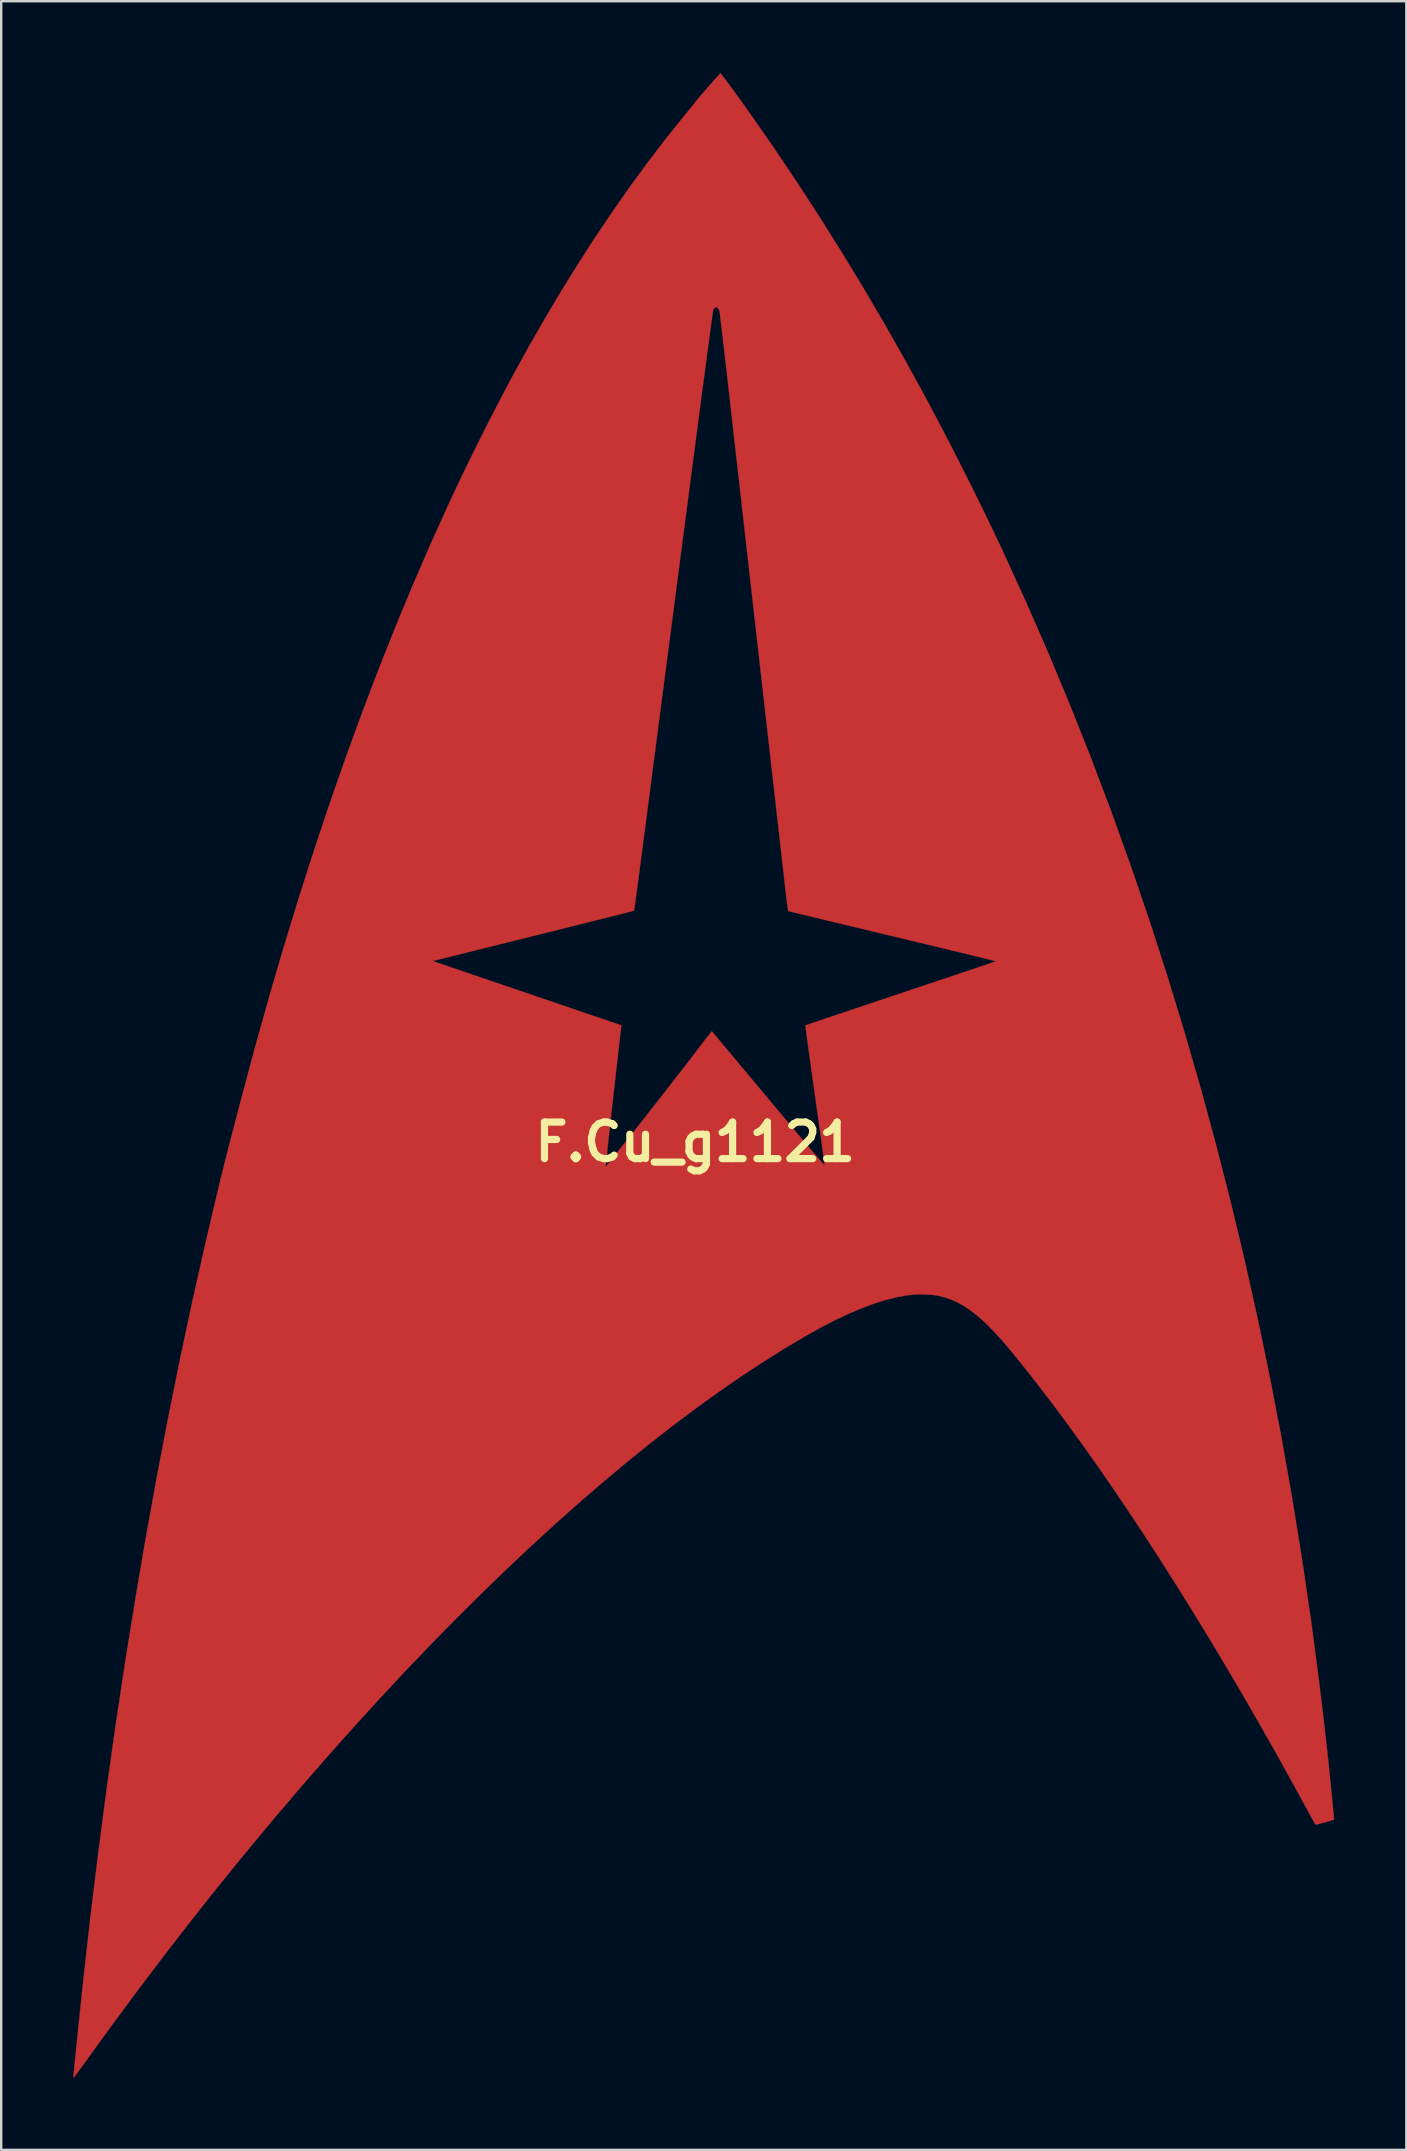
<source format=kicad_pcb>
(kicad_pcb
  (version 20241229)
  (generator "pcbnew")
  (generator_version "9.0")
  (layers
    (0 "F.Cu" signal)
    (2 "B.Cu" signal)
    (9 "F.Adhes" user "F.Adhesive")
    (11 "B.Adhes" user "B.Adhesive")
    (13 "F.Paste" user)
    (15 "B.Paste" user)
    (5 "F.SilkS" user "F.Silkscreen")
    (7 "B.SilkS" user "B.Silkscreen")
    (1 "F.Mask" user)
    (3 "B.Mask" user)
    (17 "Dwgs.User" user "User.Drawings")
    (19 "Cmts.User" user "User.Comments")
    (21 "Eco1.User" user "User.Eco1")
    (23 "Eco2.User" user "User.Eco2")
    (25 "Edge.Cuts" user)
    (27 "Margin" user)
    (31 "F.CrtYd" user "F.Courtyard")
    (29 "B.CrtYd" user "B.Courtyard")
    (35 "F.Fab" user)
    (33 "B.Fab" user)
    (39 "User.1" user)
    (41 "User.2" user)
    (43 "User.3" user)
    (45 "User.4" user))
  (footprint "F.Cu_g1121"
    (layer "F.Cu")
    (at 25.913 44.535)
    (property "Reference" "F.Cu_g1121" (at 0 0 0) (layer "F.SilkS") (effects (font (size 1.524 1.524) (thickness 0.3))))
    (attr through_hole)
    (fp_poly (pts (xy 1.072 -44.515) (xy 1.11 -44.468) (xy 1.168 -44.392) (xy 1.245 -44.291) (xy 1.337 -44.167) (xy 1.443 -44.023) (xy 1.561 -43.862) (xy 1.688 -43.688) (xy 1.822 -43.502) (xy 1.961 -43.309) (xy 2.104 -43.11) (xy 2.247 -42.909) (xy 2.332 -42.788) (xy 3.287 -41.417) (xy 4.233 -40.008) (xy 5.17 -38.567) (xy 6.092 -37.099) (xy 6.998 -35.609) (xy 7.883 -34.102) (xy 8.746 -32.583) (xy 9.582 -31.057) (xy 9.71 -30.819) (xy 10.147 -29.994) (xy 10.588 -29.147) (xy 11.028 -28.287) (xy 11.463 -27.423) (xy 11.888 -26.563) (xy 12.299 -25.718) (xy 12.691 -24.895) (xy 12.811 -24.638) (xy 13.782 -22.514) (xy 14.722 -20.362) (xy 15.629 -18.183) (xy 16.504 -15.978) (xy 17.347 -13.748) (xy 18.157 -11.492) (xy 18.935 -9.212) (xy 19.679 -6.908) (xy 20.39 -4.581) (xy 21.069 -2.231) (xy 21.713 0.142) (xy 22.325 2.536) (xy 22.902 4.95) (xy 23.446 7.386) (xy 23.955 9.841) (xy 24.431 12.316) (xy 24.871 14.809) (xy 25.278 17.32) (xy 25.65 19.849) (xy 25.987 22.395) (xy 26.023 22.691) (xy 26.121 23.498) (xy 26.215 24.302) (xy 26.305 25.096) (xy 26.389 25.872) (xy 26.466 26.624) (xy 26.537 27.343) (xy 26.553 27.506) (xy 26.567 27.661) (xy 26.581 27.806) (xy 26.594 27.934) (xy 26.604 28.039) (xy 26.612 28.114) (xy 26.617 28.152) (xy 26.627 28.227) (xy 26.245 28.341) (xy 26.113 28.379) (xy 26.002 28.408) (xy 25.917 28.428) (xy 25.863 28.437) (xy 25.845 28.435) (xy 25.831 28.413) (xy 25.8 28.357) (xy 25.753 28.274) (xy 25.693 28.167) (xy 25.624 28.04) (xy 25.547 27.899) (xy 25.495 27.802) (xy 24.825 26.577) (xy 24.152 25.368) (xy 23.476 24.175) (xy 22.798 23.001) (xy 22.119 21.846) (xy 21.44 20.713) (xy 20.761 19.601) (xy 20.085 18.514) (xy 19.411 17.452) (xy 18.741 16.417) (xy 18.075 15.41) (xy 17.415 14.432) (xy 16.761 13.485) (xy 16.114 12.571) (xy 15.475 11.69) (xy 14.846 10.845) (xy 14.226 10.036) (xy 13.617 9.265) (xy 13.158 8.7) (xy 12.843 8.328) (xy 12.543 7.993) (xy 12.256 7.694) (xy 11.979 7.429) (xy 11.71 7.198) (xy 11.448 6.997) (xy 11.19 6.826) (xy 10.934 6.683) (xy 10.678 6.567) (xy 10.421 6.477) (xy 10.159 6.409) (xy 10.055 6.389) (xy 9.84 6.361) (xy 9.597 6.346) (xy 9.339 6.345) (xy 9.08 6.358) (xy 8.83 6.385) (xy 8.795 6.39) (xy 8.366 6.47) (xy 7.914 6.585) (xy 7.438 6.736) (xy 6.939 6.922) (xy 6.417 7.143) (xy 5.871 7.4) (xy 5.302 7.691) (xy 4.709 8.018) (xy 4.65 8.053) (xy 3.749 8.586) (xy 2.834 9.158) (xy 1.906 9.769) (xy 0.966 10.418) (xy 0.014 11.105) (xy -0.949 11.829) (xy -1.923 12.589) (xy -2.906 13.386) (xy -3.899 14.217) (xy -4.901 15.084) (xy -5.911 15.984) (xy -6.929 16.919) (xy -7.953 17.886) (xy -8.983 18.886) (xy -10.02 19.918) (xy -11.061 20.981) (xy -12.107 22.075) (xy -13.156 23.2) (xy -14.209 24.354) (xy -15.264 25.537) (xy -16.322 26.749) (xy -17.38 27.989) (xy -17.962 28.681) (xy -19.018 29.959) (xy -20.06 31.248) (xy -21.092 32.554) (xy -22.119 33.881) (xy -23.144 35.234) (xy -24.172 36.619) (xy -25.103 37.899) (xy -25.264 38.122) (xy -25.402 38.314) (xy -25.519 38.475) (xy -25.616 38.61) (xy -25.696 38.719) (xy -25.76 38.806) (xy -25.81 38.873) (xy -25.847 38.922) (xy -25.874 38.955) (xy -25.891 38.975) (xy -25.902 38.984) (xy -25.907 38.985) (xy -25.908 38.98) (xy -25.908 38.979) (xy -25.906 38.951) (xy -25.9 38.884) (xy -25.89 38.782) (xy -25.877 38.648) (xy -25.86 38.485) (xy -25.842 38.297) (xy -25.82 38.088) (xy -25.797 37.86) (xy -25.773 37.618) (xy -25.747 37.364) (xy -25.72 37.102) (xy -25.692 36.835) (xy -25.665 36.568) (xy -25.637 36.302) (xy -25.61 36.042) (xy -25.584 35.791) (xy -25.56 35.553) (xy -25.536 35.33) (xy -25.515 35.126) (xy -25.496 34.945) (xy -25.479 34.791) (xy -25.473 34.734) (xy -25.171 32.073) (xy -24.846 29.426) (xy -24.499 26.797) (xy -24.129 24.187) (xy -23.737 21.598) (xy -23.324 19.032) (xy -22.889 16.491) (xy -22.434 13.976) (xy -21.957 11.49) (xy -21.46 9.035) (xy -20.943 6.611) (xy -20.406 4.222) (xy -19.85 1.868) (xy -19.846 1.852) (xy -19.805 1.68) (xy -19.766 1.519) (xy -19.728 1.367) (xy -19.692 1.219) (xy -19.655 1.072) (xy -19.618 0.924) (xy -19.58 0.771) (xy -19.539 0.61) (xy -19.495 0.438) (xy -19.447 0.251) (xy -19.394 0.047) (xy -19.336 -0.179) (xy -19.271 -0.428) (xy -19.198 -0.706) (xy -19.118 -1.014) (xy -19.028 -1.355) (xy -18.929 -1.734) (xy -18.91 -1.81) (xy -18.335 -3.957) (xy -17.744 -6.065) (xy -17.311 -7.545) (xy -10.933 -7.545) (xy -10.732 -7.474) (xy -10.665 -7.451) (xy -10.563 -7.416) (xy -10.426 -7.369) (xy -10.26 -7.312) (xy -10.067 -7.246) (xy -9.85 -7.172) (xy -9.614 -7.092) (xy -9.36 -7.005) (xy -9.094 -6.914) (xy -8.817 -6.82) (xy -8.533 -6.724) (xy -8.246 -6.626) (xy -8.244 -6.625) (xy -8.139 -6.59) (xy -7.999 -6.542) (xy -7.828 -6.484) (xy -7.632 -6.417) (xy -7.416 -6.343) (xy -7.183 -6.264) (xy -6.939 -6.181) (xy -6.69 -6.096) (xy -6.439 -6.01) (xy -6.35 -5.98) (xy -6.082 -5.889) (xy -5.801 -5.793) (xy -5.512 -5.694) (xy -5.223 -5.596) (xy -4.94 -5.499) (xy -4.67 -5.407) (xy -4.42 -5.322) (xy -4.196 -5.246) (xy -4.008 -5.182) (xy -3.073 -4.864) (xy -3.082 -4.797) (xy -3.086 -4.764) (xy -3.095 -4.693) (xy -3.107 -4.586) (xy -3.123 -4.448) (xy -3.142 -4.282) (xy -3.164 -4.091) (xy -3.188 -3.879) (xy -3.214 -3.649) (xy -3.241 -3.406) (xy -3.27 -3.151) (xy -3.3 -2.89) (xy -3.33 -2.625) (xy -3.359 -2.36) (xy -3.389 -2.098) (xy -3.418 -1.843) (xy -3.445 -1.598) (xy -3.471 -1.368) (xy -3.495 -1.154) (xy -3.516 -0.962) (xy -3.535 -0.793) (xy -3.55 -0.653) (xy -3.562 -0.544) (xy -3.566 -0.508) (xy -3.601 -0.181) (xy -3.632 0.105) (xy -3.658 0.35) (xy -3.68 0.556) (xy -3.697 0.723) (xy -3.71 0.851) (xy -3.719 0.941) (xy -3.724 0.995) (xy -3.725 1.012) (xy -3.723 1.017) (xy -3.715 1.014) (xy -3.698 0.998) (xy -3.671 0.967) (xy -3.631 0.919) (xy -3.576 0.85) (xy -3.503 0.758) (xy -3.41 0.64) (xy -3.295 0.492) (xy -3.217 0.392) (xy -3.134 0.286) (xy -3.058 0.19) (xy -2.993 0.109) (xy -2.944 0.049) (xy -2.916 0.016) (xy -2.914 0.014) (xy -2.895 -0.009) (xy -2.852 -0.062) (xy -2.788 -0.142) (xy -2.704 -0.248) (xy -2.603 -0.376) (xy -2.487 -0.525) (xy -2.356 -0.691) (xy -2.215 -0.871) (xy -2.063 -1.064) (xy -1.905 -1.267) (xy -1.741 -1.477) (xy -1.573 -1.691) (xy -1.404 -1.907) (xy -1.236 -2.122) (xy -1.071 -2.335) (xy -0.91 -2.541) (xy -0.756 -2.739) (xy -0.61 -2.926) (xy -0.475 -3.099) (xy -0.353 -3.256) (xy -0.246 -3.395) (xy -0.155 -3.512) (xy -0.084 -3.605) (xy -0.033 -3.672) (xy -0.005 -3.709) (xy 0 -3.717) (xy 0.012 -3.735) (xy 0.047 -3.782) (xy 0.099 -3.851) (xy 0.165 -3.937) (xy 0.24 -4.035) (xy 0.32 -4.139) (xy 0.402 -4.245) (xy 0.481 -4.345) (xy 0.552 -4.436) (xy 0.612 -4.511) (xy 0.648 -4.556) (xy 0.696 -4.615) (xy 3.042 -1.81) (xy 3.292 -1.511) (xy 3.534 -1.221) (xy 3.768 -0.942) (xy 3.992 -0.675) (xy 4.205 -0.423) (xy 4.404 -0.186) (xy 4.589 0.033) (xy 4.759 0.234) (xy 4.911 0.414) (xy 5.046 0.571) (xy 5.16 0.705) (xy 5.253 0.813) (xy 5.324 0.894) (xy 5.37 0.947) (xy 5.391 0.969) (xy 5.393 0.969) (xy 5.391 0.944) (xy 5.383 0.881) (xy 5.371 0.782) (xy 5.354 0.651) (xy 5.333 0.492) (xy 5.308 0.307) (xy 5.279 0.1) (xy 5.248 -0.125) (xy 5.215 -0.366) (xy 5.18 -0.62) (xy 5.177 -0.635) (xy 5.135 -0.936) (xy 5.09 -1.26) (xy 5.042 -1.599) (xy 4.994 -1.946) (xy 4.945 -2.292) (xy 4.898 -2.629) (xy 4.853 -2.95) (xy 4.812 -3.245) (xy 4.775 -3.508) (xy 4.772 -3.53) (xy 4.74 -3.761) (xy 4.71 -3.98) (xy 4.682 -4.183) (xy 4.658 -4.365) (xy 4.637 -4.525) (xy 4.62 -4.658) (xy 4.608 -4.76) (xy 4.601 -4.828) (xy 4.599 -4.859) (xy 4.599 -4.86) (xy 4.621 -4.869) (xy 4.68 -4.89) (xy 4.777 -4.923) (xy 4.908 -4.968) (xy 5.073 -5.024) (xy 5.269 -5.09) (xy 5.495 -5.166) (xy 5.749 -5.252) (xy 6.029 -5.347) (xy 6.333 -5.449) (xy 6.661 -5.559) (xy 7.009 -5.676) (xy 7.377 -5.8) (xy 7.763 -5.929) (xy 8.164 -6.064) (xy 8.58 -6.203) (xy 9.008 -6.347) (xy 9.446 -6.493) (xy 9.894 -6.643) (xy 10.348 -6.795) (xy 10.808 -6.949) (xy 11.086 -7.042) (xy 11.323 -7.121) (xy 11.548 -7.197) (xy 11.757 -7.267) (xy 11.948 -7.332) (xy 12.118 -7.39) (xy 12.263 -7.44) (xy 12.379 -7.48) (xy 12.465 -7.511) (xy 12.516 -7.529) (xy 12.531 -7.536) (xy 12.51 -7.542) (xy 12.451 -7.557) (xy 12.354 -7.581) (xy 12.222 -7.614) (xy 12.056 -7.655) (xy 11.858 -7.703) (xy 11.631 -7.759) (xy 11.376 -7.821) (xy 11.095 -7.889) (xy 10.789 -7.963) (xy 10.462 -8.042) (xy 10.115 -8.126) (xy 9.749 -8.214) (xy 9.367 -8.306) (xy 8.97 -8.401) (xy 8.561 -8.5) (xy 8.218 -8.582) (xy 7.799 -8.682) (xy 7.392 -8.78) (xy 6.997 -8.875) (xy 6.617 -8.966) (xy 6.253 -9.054) (xy 5.908 -9.136) (xy 5.584 -9.214) (xy 5.281 -9.287) (xy 5.003 -9.354) (xy 4.752 -9.415) (xy 4.528 -9.468) (xy 4.334 -9.515) (xy 4.173 -9.554) (xy 4.045 -9.585) (xy 3.953 -9.607) (xy 3.899 -9.62) (xy 3.884 -9.624) (xy 3.877 -9.646) (xy 3.866 -9.706) (xy 3.851 -9.798) (xy 3.835 -9.918) (xy 3.816 -10.062) (xy 3.796 -10.224) (xy 3.775 -10.401) (xy 3.773 -10.42) (xy 3.76 -10.538) (xy 3.742 -10.696) (xy 3.72 -10.889) (xy 3.695 -11.114) (xy 3.666 -11.367) (xy 3.634 -11.646) (xy 3.6 -11.947) (xy 3.564 -12.267) (xy 3.526 -12.601) (xy 3.487 -12.948) (xy 3.446 -13.303) (xy 3.405 -13.664) (xy 3.364 -14.026) (xy 3.355 -14.108) (xy 3.256 -14.98) (xy 3.161 -15.815) (xy 3.07 -16.619) (xy 2.982 -17.396) (xy 2.896 -18.153) (xy 2.811 -18.895) (xy 2.728 -19.626) (xy 2.646 -20.353) (xy 2.563 -21.08) (xy 2.48 -21.813) (xy 2.396 -22.556) (xy 2.309 -23.317) (xy 2.266 -23.696) (xy 2.232 -24.001) (xy 2.193 -24.344) (xy 2.15 -24.721) (xy 2.104 -25.127) (xy 2.055 -25.559) (xy 2.004 -26.013) (xy 1.95 -26.484) (xy 1.896 -26.968) (xy 1.84 -27.462) (xy 1.783 -27.96) (xy 1.727 -28.46) (xy 1.671 -28.956) (xy 1.615 -29.445) (xy 1.561 -29.923) (xy 1.509 -30.385) (xy 1.504 -30.427) (xy 1.457 -30.842) (xy 1.411 -31.246) (xy 1.367 -31.637) (xy 1.324 -32.014) (xy 1.282 -32.374) (xy 1.243 -32.715) (xy 1.206 -33.035) (xy 1.171 -33.333) (xy 1.139 -33.605) (xy 1.11 -33.85) (xy 1.084 -34.065) (xy 1.062 -34.25) (xy 1.043 -34.401) (xy 1.029 -34.517) (xy 1.018 -34.595) (xy 1.012 -34.634) (xy 1.011 -34.637) (xy 0.979 -34.703) (xy 0.935 -34.756) (xy 0.927 -34.763) (xy 0.886 -34.79) (xy 0.86 -34.793) (xy 0.83 -34.77) (xy 0.824 -34.765) (xy 0.781 -34.719) (xy 0.756 -34.682) (xy 0.753 -34.668) (xy 0.747 -34.633) (xy 0.738 -34.576) (xy 0.727 -34.498) (xy 0.712 -34.397) (xy 0.695 -34.273) (xy 0.674 -34.125) (xy 0.651 -33.953) (xy 0.624 -33.757) (xy 0.594 -33.535) (xy 0.561 -33.287) (xy 0.524 -33.013) (xy 0.484 -32.713) (xy 0.44 -32.384) (xy 0.393 -32.028) (xy 0.342 -31.644) (xy 0.287 -31.23) (xy 0.229 -30.787) (xy 0.166 -30.313) (xy 0.1 -29.809) (xy 0.03 -29.274) (xy -0.045 -28.707) (xy -0.124 -28.108) (xy -0.206 -27.476) (xy -0.294 -26.811) (xy -0.385 -26.112) (xy -0.481 -25.378) (xy -0.582 -24.61) (xy -0.687 -23.805) (xy -0.797 -22.965) (xy -0.911 -22.089) (xy -1.03 -21.175) (xy -1.155 -20.223) (xy -1.284 -19.234) (xy -1.418 -18.205) (xy -1.557 -17.138) (xy -1.702 -16.03) (xy -1.851 -14.882) (xy -2.006 -13.693) (xy -2.167 -12.463) (xy -2.167 -12.462) (xy -2.211 -12.122) (xy -2.254 -11.793) (xy -2.296 -11.479) (xy -2.335 -11.181) (xy -2.372 -10.902) (xy -2.406 -10.645) (xy -2.437 -10.411) (xy -2.465 -10.204) (xy -2.489 -10.025) (xy -2.509 -9.878) (xy -2.525 -9.764) (xy -2.536 -9.686) (xy -2.542 -9.646) (xy -2.543 -9.642) (xy -2.564 -9.636) (xy -2.625 -9.62) (xy -2.722 -9.595) (xy -2.855 -9.561) (xy -3.021 -9.519) (xy -3.219 -9.47) (xy -3.446 -9.412) (xy -3.701 -9.348) (xy -3.981 -9.278) (xy -4.285 -9.202) (xy -4.611 -9.12) (xy -4.956 -9.034) (xy -5.32 -8.943) (xy -5.699 -8.848) (xy -6.093 -8.75) (xy -6.499 -8.649) (xy -6.743 -8.588) (xy -10.933 -7.545) (xy -17.311 -7.545) (xy -17.138 -8.134) (xy -16.516 -10.165) (xy -15.879 -12.156) (xy -15.226 -14.109) (xy -14.558 -16.022) (xy -13.874 -17.897) (xy -13.175 -19.732) (xy -12.46 -21.528) (xy -11.73 -23.285) (xy -10.985 -25.002) (xy -10.224 -26.68) (xy -9.862 -27.453) (xy -9.671 -27.853) (xy -9.463 -28.281) (xy -9.243 -28.729) (xy -9.014 -29.19) (xy -8.78 -29.657) (xy -8.543 -30.123) (xy -8.308 -30.58) (xy -8.079 -31.022) (xy -7.859 -31.44) (xy -7.652 -31.829) (xy -7.615 -31.898) (xy -6.944 -33.117) (xy -6.26 -34.311) (xy -5.566 -35.477) (xy -4.861 -36.613) (xy -4.148 -37.719) (xy -3.426 -38.791) (xy -2.699 -39.829) (xy -1.966 -40.83) (xy -1.229 -41.793) (xy -0.489 -42.716) (xy -0.303 -42.942) (xy -0.216 -43.047) (xy -0.138 -43.142) (xy -0.074 -43.222) (xy -0.028 -43.28) (xy -0.003 -43.314) (xy 0 -43.319) (xy 0.013 -43.339) (xy 0.051 -43.387) (xy 0.11 -43.457) (xy 0.185 -43.546) (xy 0.274 -43.649) (xy 0.372 -43.763) (xy 0.475 -43.882) (xy 0.581 -44.003) (xy 0.684 -44.121) (xy 0.782 -44.232) (xy 0.871 -44.331) (xy 0.946 -44.415) (xy 1.005 -44.479) (xy 1.043 -44.519) (xy 1.056 -44.53) (xy 1.072 -44.515)) (stroke (width 0.01) (type solid)) (fill yes) (layer "F.Cu")))
  (gr_rect
    (start -3 -3)
    (end 55.545 86.525)
    (stroke (width 0.1) (type default))
    (fill no)
    (layer "Edge.Cuts")))
</source>
